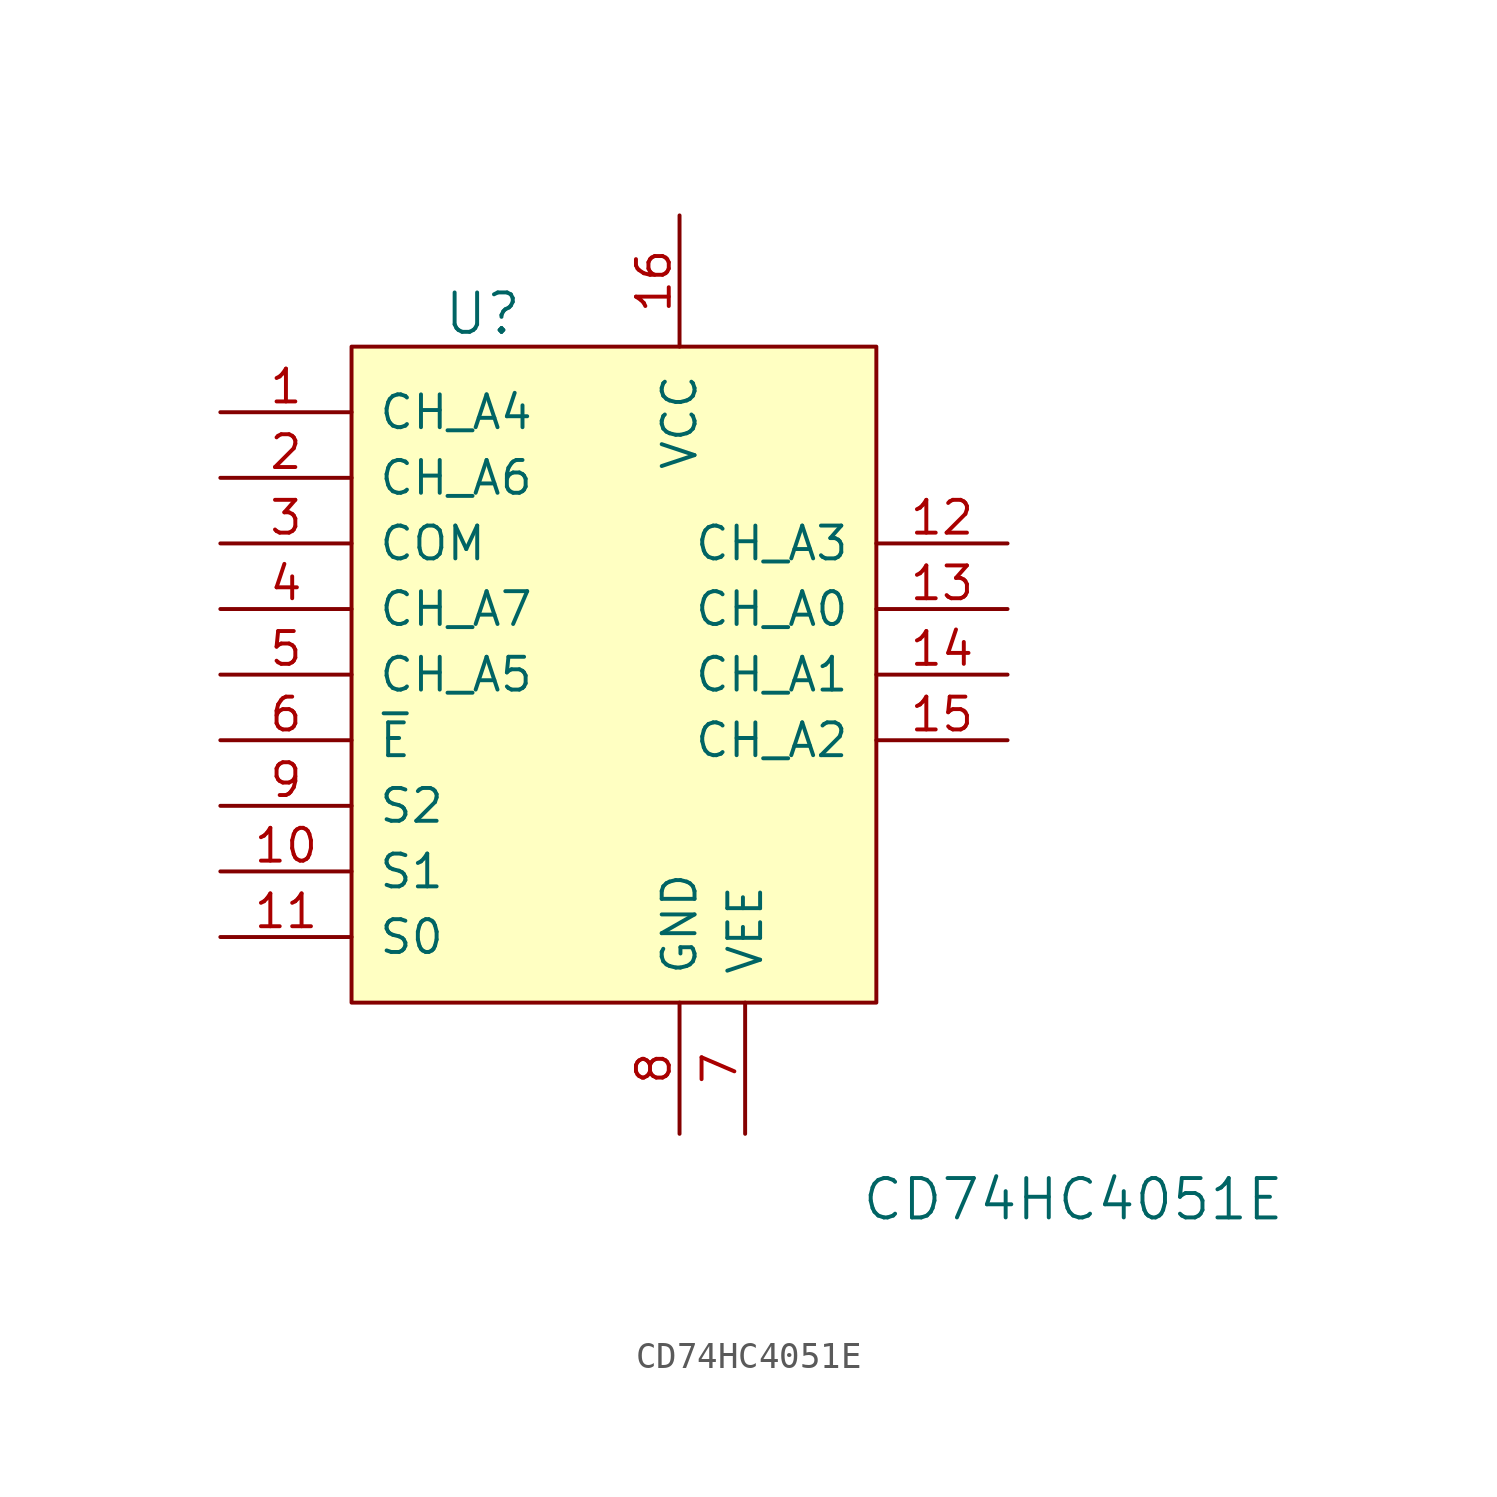
<source format=kicad_sym>
(kicad_symbol_lib
  (version 20220914)
  (generator kicad_symbol_editor)
  (symbol "CD74HC4051E"
    (pin_names
      (offset 1.016))
    (property "Reference" "U"
      (at -5.08 13.97 0)
      (effects (font (size 1.524 1.524))))
    (property "Value" "CD74HC4051E"
      (at 17.78 -20.32 0)
      (effects (font (size 1.524 1.524))))
    (symbol "CD74HC4051E_0_1"
      (rectangle (start -10.16 12.7) (end 10.16 -12.7) (stroke (width 0) (type solid)) (fill (type background))))
    (symbol "CD74HC4051E_1_1"
      (pin bidirectional line (at -15.24 10.16 0) (length 5.08) (name "CH_A4" (effects (font (size 1.27 1.27)))) (number "1" (effects (font (size 1.27 1.27)))))
      (pin input line (at -15.24 -7.62 0) (length 5.08) (name "S1" (effects (font (size 1.27 1.27)))) (number "10" (effects (font (size 1.27 1.27)))))
      (pin input line (at -15.24 -10.16 0) (length 5.08) (name "S0" (effects (font (size 1.27 1.27)))) (number "11" (effects (font (size 1.27 1.27)))))
      (pin bidirectional line (at 15.24 5.08 180) (length 5.08) (name "CH_A3" (effects (font (size 1.27 1.27)))) (number "12" (effects (font (size 1.27 1.27)))))
      (pin bidirectional line (at 15.24 2.54 180) (length 5.08) (name "CH_A0" (effects (font (size 1.27 1.27)))) (number "13" (effects (font (size 1.27 1.27)))))
      (pin bidirectional line (at 15.24 0 180) (length 5.08) (name "CH_A1" (effects (font (size 1.27 1.27)))) (number "14" (effects (font (size 1.27 1.27)))))
      (pin bidirectional line (at 15.24 -2.54 180) (length 5.08) (name "CH_A2" (effects (font (size 1.27 1.27)))) (number "15" (effects (font (size 1.27 1.27)))))
      (pin power_in line (at 2.54 17.78 270) (length 5.08) (name "VCC" (effects (font (size 1.27 1.27)))) (number "16" (effects (font (size 1.27 1.27)))))
      (pin bidirectional line (at -15.24 7.62 0) (length 5.08) (name "CH_A6" (effects (font (size 1.27 1.27)))) (number "2" (effects (font (size 1.27 1.27)))))
      (pin bidirectional line (at -15.24 5.08 0) (length 5.08) (name "COM" (effects (font (size 1.27 1.27)))) (number "3" (effects (font (size 1.27 1.27)))))
      (pin bidirectional line (at -15.24 2.54 0) (length 5.08) (name "CH_A7" (effects (font (size 1.27 1.27)))) (number "4" (effects (font (size 1.27 1.27)))))
      (pin bidirectional line (at -15.24 0 0) (length 5.08) (name "CH_A5" (effects (font (size 1.27 1.27)))) (number "5" (effects (font (size 1.27 1.27)))))
      (pin input line (at -15.24 -2.54 0) (length 5.08) (name "~{E}" (effects (font (size 1.27 1.27)))) (number "6" (effects (font (size 1.27 1.27)))))
      (pin power_in line (at 5.08 -17.78 90) (length 5.08) (name "VEE" (effects (font (size 1.27 1.27)))) (number "7" (effects (font (size 1.27 1.27)))))
      (pin power_in line (at 2.54 -17.78 90) (length 5.08) (name "GND" (effects (font (size 1.27 1.27)))) (number "8" (effects (font (size 1.27 1.27)))))
      (pin input line (at -15.24 -5.08 0) (length 5.08) (name "S2" (effects (font (size 1.27 1.27)))) (number "9" (effects (font (size 1.27 1.27))))))))
</source>
